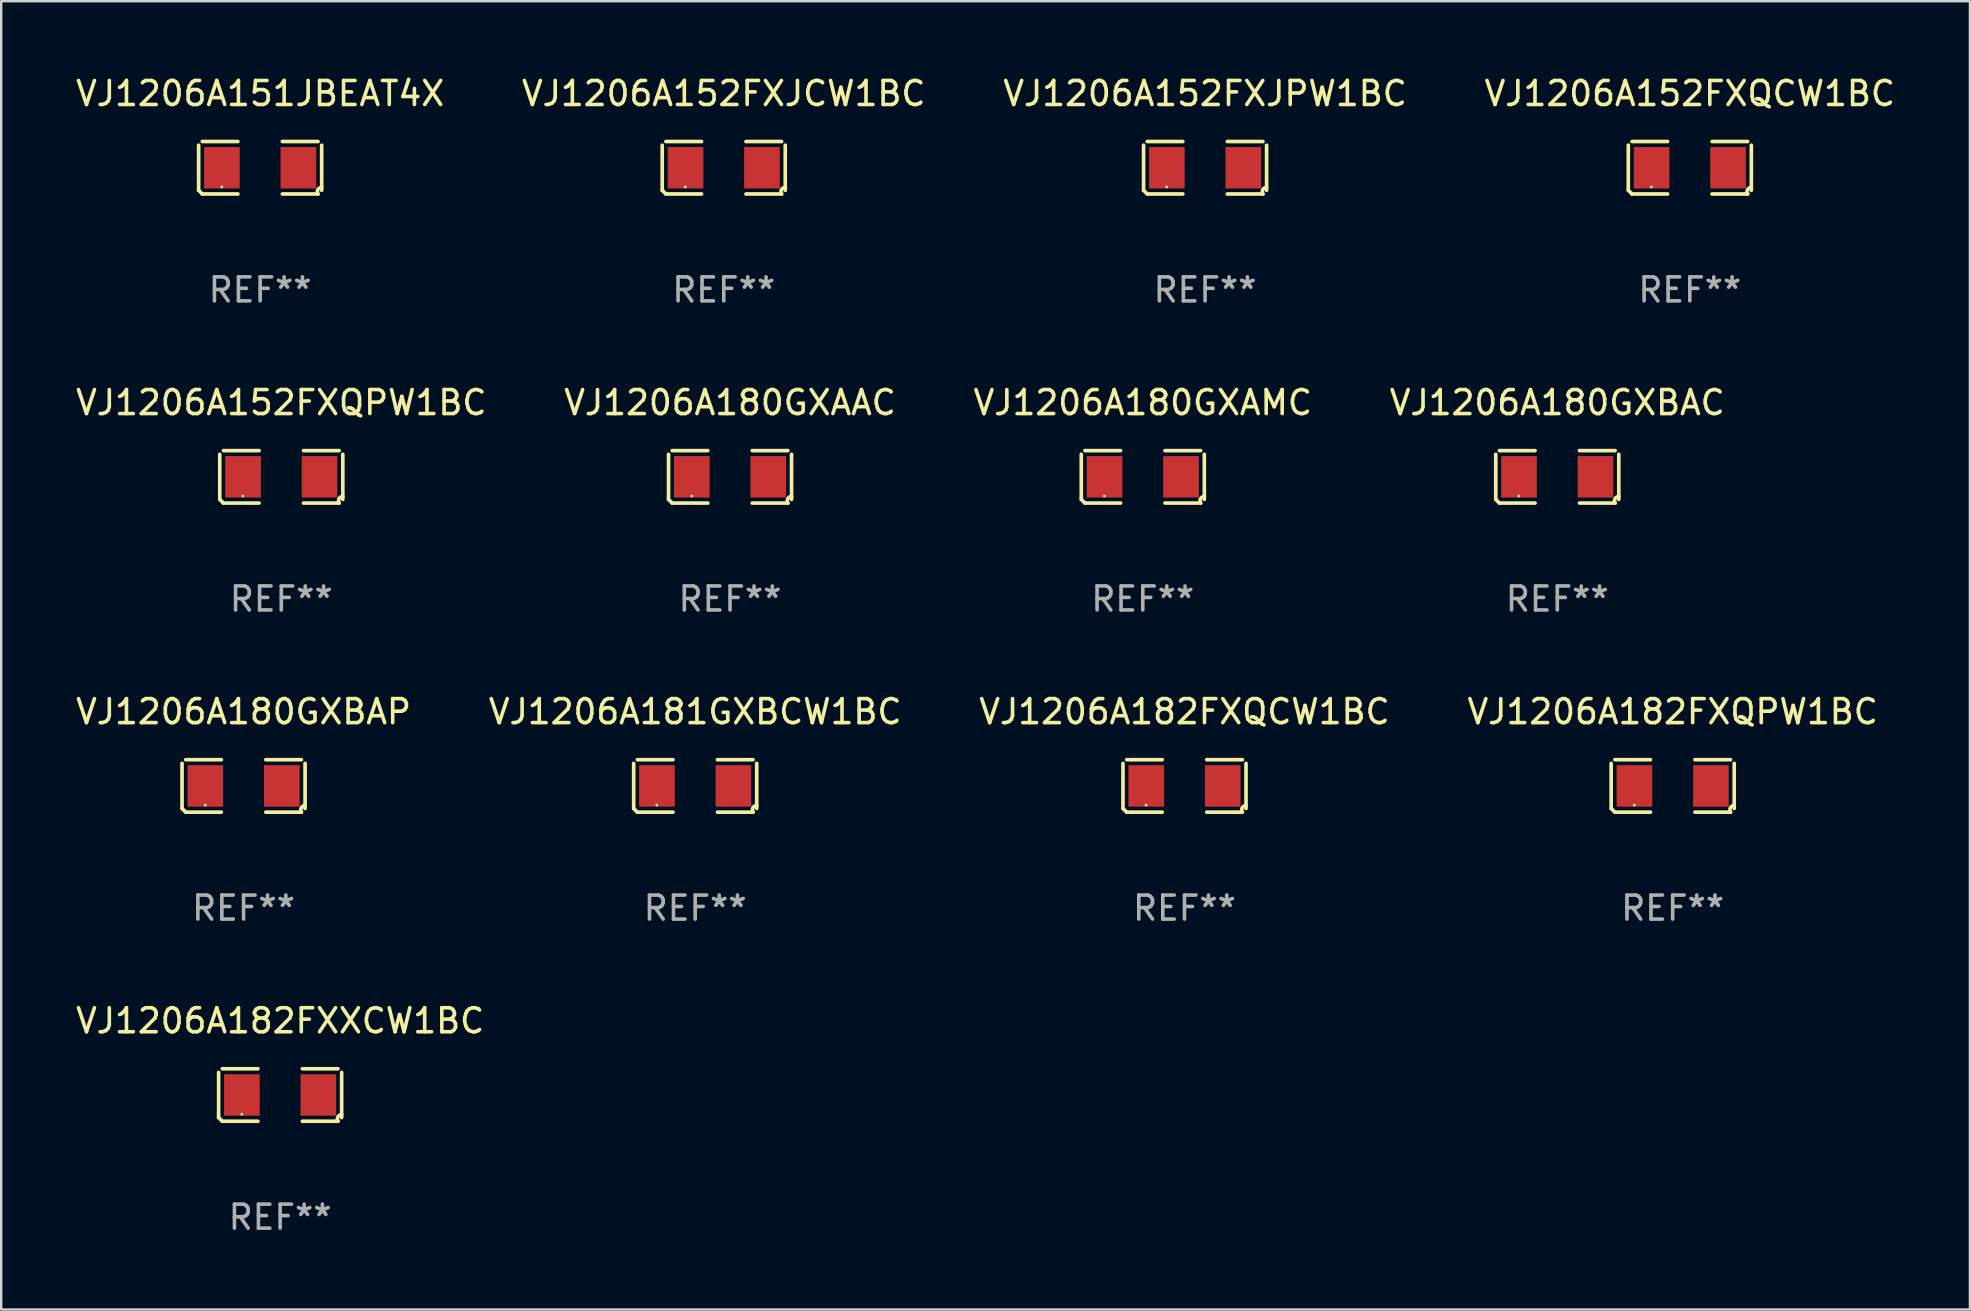
<source format=kicad_pcb>
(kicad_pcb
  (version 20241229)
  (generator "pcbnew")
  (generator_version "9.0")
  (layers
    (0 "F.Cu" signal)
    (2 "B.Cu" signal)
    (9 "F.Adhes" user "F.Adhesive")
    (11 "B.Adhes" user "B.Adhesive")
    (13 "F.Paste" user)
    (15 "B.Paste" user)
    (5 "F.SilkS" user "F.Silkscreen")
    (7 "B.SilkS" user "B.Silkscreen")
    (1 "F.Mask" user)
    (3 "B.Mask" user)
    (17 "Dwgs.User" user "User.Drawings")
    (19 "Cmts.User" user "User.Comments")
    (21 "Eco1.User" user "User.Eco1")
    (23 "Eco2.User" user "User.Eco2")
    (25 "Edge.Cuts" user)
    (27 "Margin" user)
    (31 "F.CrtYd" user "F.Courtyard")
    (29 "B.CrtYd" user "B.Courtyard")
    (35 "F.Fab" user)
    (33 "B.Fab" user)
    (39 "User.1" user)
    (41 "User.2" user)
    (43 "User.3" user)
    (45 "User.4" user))
  (footprint "VJ1206A151JBEAT4X"
    (layer "F.Cu")
    (at 7.792 3.941)
    (property "Reference" "VJ1206A151JBEAT4X" (at 0 -3.093 0) (layer "F.SilkS") (effects (font (size 1 1) (thickness 0.15))))
    (attr through_hole)
    (fp_line (start -2.564 0.94) (end -2.564 -0.94) (stroke (width 0.152) (type solid)) (layer "F.SilkS"))
    (fp_line (start -2.411 -1.093) (end -0.926 -1.093) (stroke (width 0.152) (type solid)) (layer "F.SilkS"))
    (fp_line (start -0.926 1.093) (end -2.411 1.093) (stroke (width 0.152) (type solid)) (layer "F.SilkS"))
    (fp_line (start 0.926 1.093) (end 2.411 1.093) (stroke (width 0.152) (type solid)) (layer "F.SilkS"))
    (fp_line (start 2.411 -1.093) (end 0.926 -1.093) (stroke (width 0.152) (type solid)) (layer "F.SilkS"))
    (fp_line (start 2.564 0.94) (end 2.564 -0.94) (stroke (width 0.152) (type solid)) (layer "F.SilkS"))
    (fp_arc (start -2.411201 1.092609) (mid -2.487413 1.01642) (end -2.563602 0.940208) (stroke (width 0.1524) (type solid)) (layer "F.SilkS"))
    (fp_arc (start 2.411201 1.092609) (mid 2.407159 0.911226) (end 2.563602 0.819347) (stroke (width 0.1524) (type solid)) (layer "F.SilkS"))
    (fp_circle (center -1.6 0.8) (end -1.57 0.8) (stroke (width 0.06) (type solid)) (fill no) (layer "F.SilkS"))
    (fp_text user "REF**" (at 0 5.093 0) (layer "F.Fab") (effects (font (size 1 1) (thickness 0.15))))
    (pad "1" smd rect (at -1.593 0) (size 1.485 1.728) (layers "F.Cu" "F.Mask" "F.Paste"))
    (pad "2" smd rect (at 1.593 0) (size 1.485 1.728) (layers "F.Cu" "F.Mask" "F.Paste")))
  (footprint "VJ1206A180GXAMC"
    (layer "F.Cu")
    (at 44.577 16.823)
    (property "Reference" "VJ1206A180GXAMC" (at 0 -3.093 0) (layer "F.SilkS") (effects (font (size 1 1) (thickness 0.15))))
    (attr through_hole)
    (fp_line (start -2.564 0.94) (end -2.564 -0.94) (stroke (width 0.152) (type solid)) (layer "F.SilkS"))
    (fp_line (start -2.411 -1.093) (end -0.926 -1.093) (stroke (width 0.152) (type solid)) (layer "F.SilkS"))
    (fp_line (start -0.926 1.093) (end -2.411 1.093) (stroke (width 0.152) (type solid)) (layer "F.SilkS"))
    (fp_line (start 0.926 1.093) (end 2.411 1.093) (stroke (width 0.152) (type solid)) (layer "F.SilkS"))
    (fp_line (start 2.411 -1.093) (end 0.926 -1.093) (stroke (width 0.152) (type solid)) (layer "F.SilkS"))
    (fp_line (start 2.564 0.94) (end 2.564 -0.94) (stroke (width 0.152) (type solid)) (layer "F.SilkS"))
    (fp_arc (start -2.411201 1.092609) (mid -2.487413 1.01642) (end -2.563602 0.940208) (stroke (width 0.1524) (type solid)) (layer "F.SilkS"))
    (fp_arc (start 2.411201 1.092609) (mid 2.407159 0.911226) (end 2.563602 0.819347) (stroke (width 0.1524) (type solid)) (layer "F.SilkS"))
    (fp_circle (center -1.6 0.8) (end -1.57 0.8) (stroke (width 0.06) (type solid)) (fill no) (layer "F.SilkS"))
    (fp_text user "REF**" (at 0 5.093 0) (layer "F.Fab") (effects (font (size 1 1) (thickness 0.15))))
    (pad "1" smd rect (at -1.593 0) (size 1.485 1.728) (layers "F.Cu" "F.Mask" "F.Paste"))
    (pad "2" smd rect (at 1.593 0) (size 1.485 1.728) (layers "F.Cu" "F.Mask" "F.Paste")))
  (footprint "VJ1206A182FXQPW1BC"
    (layer "F.Cu")
    (at 66.661 29.704)
    (property "Reference" "VJ1206A182FXQPW1BC" (at 0 -3.093 0) (layer "F.SilkS") (effects (font (size 1 1) (thickness 0.15))))
    (attr through_hole)
    (fp_line (start -2.564 0.94) (end -2.564 -0.94) (stroke (width 0.152) (type solid)) (layer "F.SilkS"))
    (fp_line (start -2.411 -1.093) (end -0.926 -1.093) (stroke (width 0.152) (type solid)) (layer "F.SilkS"))
    (fp_line (start -0.926 1.093) (end -2.411 1.093) (stroke (width 0.152) (type solid)) (layer "F.SilkS"))
    (fp_line (start 0.926 1.093) (end 2.411 1.093) (stroke (width 0.152) (type solid)) (layer "F.SilkS"))
    (fp_line (start 2.411 -1.093) (end 0.926 -1.093) (stroke (width 0.152) (type solid)) (layer "F.SilkS"))
    (fp_line (start 2.564 0.94) (end 2.564 -0.94) (stroke (width 0.152) (type solid)) (layer "F.SilkS"))
    (fp_arc (start -2.411201 1.092609) (mid -2.487413 1.01642) (end -2.563602 0.940208) (stroke (width 0.1524) (type solid)) (layer "F.SilkS"))
    (fp_arc (start 2.411201 1.092609) (mid 2.407159 0.911226) (end 2.563602 0.819347) (stroke (width 0.1524) (type solid)) (layer "F.SilkS"))
    (fp_circle (center -1.6 0.8) (end -1.57 0.8) (stroke (width 0.06) (type solid)) (fill no) (layer "F.SilkS"))
    (fp_text user "REF**" (at 0 5.093 0) (layer "F.Fab") (effects (font (size 1 1) (thickness 0.15))))
    (pad "1" smd rect (at -1.593 0) (size 1.485 1.728) (layers "F.Cu" "F.Mask" "F.Paste"))
    (pad "2" smd rect (at 1.593 0) (size 1.485 1.728) (layers "F.Cu" "F.Mask" "F.Paste")))
  (footprint "VJ1206A152FXJPW1BC"
    (layer "F.Cu")
    (at 47.173 3.941)
    (property "Reference" "VJ1206A152FXJPW1BC" (at 0 -3.093 0) (layer "F.SilkS") (effects (font (size 1 1) (thickness 0.15))))
    (attr through_hole)
    (fp_line (start -2.564 0.94) (end -2.564 -0.94) (stroke (width 0.152) (type solid)) (layer "F.SilkS"))
    (fp_line (start -2.411 -1.093) (end -0.926 -1.093) (stroke (width 0.152) (type solid)) (layer "F.SilkS"))
    (fp_line (start -0.926 1.093) (end -2.411 1.093) (stroke (width 0.152) (type solid)) (layer "F.SilkS"))
    (fp_line (start 0.926 1.093) (end 2.411 1.093) (stroke (width 0.152) (type solid)) (layer "F.SilkS"))
    (fp_line (start 2.411 -1.093) (end 0.926 -1.093) (stroke (width 0.152) (type solid)) (layer "F.SilkS"))
    (fp_line (start 2.564 0.94) (end 2.564 -0.94) (stroke (width 0.152) (type solid)) (layer "F.SilkS"))
    (fp_arc (start -2.411201 1.092609) (mid -2.487413 1.01642) (end -2.563602 0.940208) (stroke (width 0.1524) (type solid)) (layer "F.SilkS"))
    (fp_arc (start 2.411201 1.092609) (mid 2.407159 0.911226) (end 2.563602 0.819347) (stroke (width 0.1524) (type solid)) (layer "F.SilkS"))
    (fp_circle (center -1.6 0.8) (end -1.57 0.8) (stroke (width 0.06) (type solid)) (fill no) (layer "F.SilkS"))
    (fp_text user "REF**" (at 0 5.093 0) (layer "F.Fab") (effects (font (size 1 1) (thickness 0.15))))
    (pad "1" smd rect (at -1.593 0) (size 1.485 1.728) (layers "F.Cu" "F.Mask" "F.Paste"))
    (pad "2" smd rect (at 1.593 0) (size 1.485 1.728) (layers "F.Cu" "F.Mask" "F.Paste")))
  (footprint "VJ1206A182FXXCW1BC"
    (layer "F.Cu")
    (at 8.625 42.586)
    (property "Reference" "VJ1206A182FXXCW1BC" (at 0 -3.093 0) (layer "F.SilkS") (effects (font (size 1 1) (thickness 0.15))))
    (attr through_hole)
    (fp_line (start -2.564 0.94) (end -2.564 -0.94) (stroke (width 0.152) (type solid)) (layer "F.SilkS"))
    (fp_line (start -2.411 -1.093) (end -0.926 -1.093) (stroke (width 0.152) (type solid)) (layer "F.SilkS"))
    (fp_line (start -0.926 1.093) (end -2.411 1.093) (stroke (width 0.152) (type solid)) (layer "F.SilkS"))
    (fp_line (start 0.926 1.093) (end 2.411 1.093) (stroke (width 0.152) (type solid)) (layer "F.SilkS"))
    (fp_line (start 2.411 -1.093) (end 0.926 -1.093) (stroke (width 0.152) (type solid)) (layer "F.SilkS"))
    (fp_line (start 2.564 0.94) (end 2.564 -0.94) (stroke (width 0.152) (type solid)) (layer "F.SilkS"))
    (fp_arc (start -2.411201 1.092609) (mid -2.487413 1.01642) (end -2.563602 0.940208) (stroke (width 0.1524) (type solid)) (layer "F.SilkS"))
    (fp_arc (start 2.411201 1.092609) (mid 2.407159 0.911226) (end 2.563602 0.819347) (stroke (width 0.1524) (type solid)) (layer "F.SilkS"))
    (fp_circle (center -1.6 0.8) (end -1.57 0.8) (stroke (width 0.06) (type solid)) (fill no) (layer "F.SilkS"))
    (fp_text user "REF**" (at 0 5.093 0) (layer "F.Fab") (effects (font (size 1 1) (thickness 0.15))))
    (pad "1" smd rect (at -1.593 0) (size 1.485 1.728) (layers "F.Cu" "F.Mask" "F.Paste"))
    (pad "2" smd rect (at 1.593 0) (size 1.485 1.728) (layers "F.Cu" "F.Mask" "F.Paste")))
  (footprint "VJ1206A152FXQCW1BC"
    (layer "F.Cu")
    (at 67.375 3.941)
    (property "Reference" "VJ1206A152FXQCW1BC" (at 0 -3.093 0) (layer "F.SilkS") (effects (font (size 1 1) (thickness 0.15))))
    (attr through_hole)
    (fp_line (start -2.564 0.94) (end -2.564 -0.94) (stroke (width 0.152) (type solid)) (layer "F.SilkS"))
    (fp_line (start -2.411 -1.093) (end -0.926 -1.093) (stroke (width 0.152) (type solid)) (layer "F.SilkS"))
    (fp_line (start -0.926 1.093) (end -2.411 1.093) (stroke (width 0.152) (type solid)) (layer "F.SilkS"))
    (fp_line (start 0.926 1.093) (end 2.411 1.093) (stroke (width 0.152) (type solid)) (layer "F.SilkS"))
    (fp_line (start 2.411 -1.093) (end 0.926 -1.093) (stroke (width 0.152) (type solid)) (layer "F.SilkS"))
    (fp_line (start 2.564 0.94) (end 2.564 -0.94) (stroke (width 0.152) (type solid)) (layer "F.SilkS"))
    (fp_arc (start -2.411201 1.092609) (mid -2.487413 1.01642) (end -2.563602 0.940208) (stroke (width 0.1524) (type solid)) (layer "F.SilkS"))
    (fp_arc (start 2.411201 1.092609) (mid 2.407159 0.911226) (end 2.563602 0.819347) (stroke (width 0.1524) (type solid)) (layer "F.SilkS"))
    (fp_circle (center -1.6 0.8) (end -1.57 0.8) (stroke (width 0.06) (type solid)) (fill no) (layer "F.SilkS"))
    (fp_text user "REF**" (at 0 5.093 0) (layer "F.Fab") (effects (font (size 1 1) (thickness 0.15))))
    (pad "1" smd rect (at -1.593 0) (size 1.485 1.728) (layers "F.Cu" "F.Mask" "F.Paste"))
    (pad "2" smd rect (at 1.593 0) (size 1.485 1.728) (layers "F.Cu" "F.Mask" "F.Paste")))
  (footprint "VJ1206A180GXBAC"
    (layer "F.Cu")
    (at 61.851 16.823)
    (property "Reference" "VJ1206A180GXBAC" (at 0 -3.093 0) (layer "F.SilkS") (effects (font (size 1 1) (thickness 0.15))))
    (attr through_hole)
    (fp_line (start -2.564 0.94) (end -2.564 -0.94) (stroke (width 0.152) (type solid)) (layer "F.SilkS"))
    (fp_line (start -2.411 -1.093) (end -0.926 -1.093) (stroke (width 0.152) (type solid)) (layer "F.SilkS"))
    (fp_line (start -0.926 1.093) (end -2.411 1.093) (stroke (width 0.152) (type solid)) (layer "F.SilkS"))
    (fp_line (start 0.926 1.093) (end 2.411 1.093) (stroke (width 0.152) (type solid)) (layer "F.SilkS"))
    (fp_line (start 2.411 -1.093) (end 0.926 -1.093) (stroke (width 0.152) (type solid)) (layer "F.SilkS"))
    (fp_line (start 2.564 0.94) (end 2.564 -0.94) (stroke (width 0.152) (type solid)) (layer "F.SilkS"))
    (fp_arc (start -2.411201 1.092609) (mid -2.487413 1.01642) (end -2.563602 0.940208) (stroke (width 0.1524) (type solid)) (layer "F.SilkS"))
    (fp_arc (start 2.411201 1.092609) (mid 2.407159 0.911226) (end 2.563602 0.819347) (stroke (width 0.1524) (type solid)) (layer "F.SilkS"))
    (fp_circle (center -1.6 0.8) (end -1.57 0.8) (stroke (width 0.06) (type solid)) (fill no) (layer "F.SilkS"))
    (fp_text user "REF**" (at 0 5.093 0) (layer "F.Fab") (effects (font (size 1 1) (thickness 0.15))))
    (pad "1" smd rect (at -1.593 0) (size 1.485 1.728) (layers "F.Cu" "F.Mask" "F.Paste"))
    (pad "2" smd rect (at 1.593 0) (size 1.485 1.728) (layers "F.Cu" "F.Mask" "F.Paste")))
  (footprint "VJ1206A180GXBAP"
    (layer "F.Cu")
    (at 7.101 29.704)
    (property "Reference" "VJ1206A180GXBAP" (at 0 -3.093 0) (layer "F.SilkS") (effects (font (size 1 1) (thickness 0.15))))
    (attr through_hole)
    (fp_line (start -2.564 0.94) (end -2.564 -0.94) (stroke (width 0.152) (type solid)) (layer "F.SilkS"))
    (fp_line (start -2.411 -1.093) (end -0.926 -1.093) (stroke (width 0.152) (type solid)) (layer "F.SilkS"))
    (fp_line (start -0.926 1.093) (end -2.411 1.093) (stroke (width 0.152) (type solid)) (layer "F.SilkS"))
    (fp_line (start 0.926 1.093) (end 2.411 1.093) (stroke (width 0.152) (type solid)) (layer "F.SilkS"))
    (fp_line (start 2.411 -1.093) (end 0.926 -1.093) (stroke (width 0.152) (type solid)) (layer "F.SilkS"))
    (fp_line (start 2.564 0.94) (end 2.564 -0.94) (stroke (width 0.152) (type solid)) (layer "F.SilkS"))
    (fp_arc (start -2.411201 1.092609) (mid -2.487413 1.01642) (end -2.563602 0.940208) (stroke (width 0.1524) (type solid)) (layer "F.SilkS"))
    (fp_arc (start 2.411201 1.092609) (mid 2.407159 0.911226) (end 2.563602 0.819347) (stroke (width 0.1524) (type solid)) (layer "F.SilkS"))
    (fp_circle (center -1.6 0.8) (end -1.57 0.8) (stroke (width 0.06) (type solid)) (fill no) (layer "F.SilkS"))
    (fp_text user "REF**" (at 0 5.093 0) (layer "F.Fab") (effects (font (size 1 1) (thickness 0.15))))
    (pad "1" smd rect (at -1.593 0) (size 1.485 1.728) (layers "F.Cu" "F.Mask" "F.Paste"))
    (pad "2" smd rect (at 1.593 0) (size 1.485 1.728) (layers "F.Cu" "F.Mask" "F.Paste")))
  (footprint "VJ1206A181GXBCW1BC"
    (layer "F.Cu")
    (at 25.923 29.704)
    (property "Reference" "VJ1206A181GXBCW1BC" (at 0 -3.093 0) (layer "F.SilkS") (effects (font (size 1 1) (thickness 0.15))))
    (attr through_hole)
    (fp_line (start -2.564 0.94) (end -2.564 -0.94) (stroke (width 0.152) (type solid)) (layer "F.SilkS"))
    (fp_line (start -2.411 -1.093) (end -0.926 -1.093) (stroke (width 0.152) (type solid)) (layer "F.SilkS"))
    (fp_line (start -0.926 1.093) (end -2.411 1.093) (stroke (width 0.152) (type solid)) (layer "F.SilkS"))
    (fp_line (start 0.926 1.093) (end 2.411 1.093) (stroke (width 0.152) (type solid)) (layer "F.SilkS"))
    (fp_line (start 2.411 -1.093) (end 0.926 -1.093) (stroke (width 0.152) (type solid)) (layer "F.SilkS"))
    (fp_line (start 2.564 0.94) (end 2.564 -0.94) (stroke (width 0.152) (type solid)) (layer "F.SilkS"))
    (fp_arc (start -2.411201 1.092609) (mid -2.487413 1.01642) (end -2.563602 0.940208) (stroke (width 0.1524) (type solid)) (layer "F.SilkS"))
    (fp_arc (start 2.411201 1.092609) (mid 2.407159 0.911226) (end 2.563602 0.819347) (stroke (width 0.1524) (type solid)) (layer "F.SilkS"))
    (fp_circle (center -1.6 0.8) (end -1.57 0.8) (stroke (width 0.06) (type solid)) (fill no) (layer "F.SilkS"))
    (fp_text user "REF**" (at 0 5.093 0) (layer "F.Fab") (effects (font (size 1 1) (thickness 0.15))))
    (pad "1" smd rect (at -1.593 0) (size 1.485 1.728) (layers "F.Cu" "F.Mask" "F.Paste"))
    (pad "2" smd rect (at 1.593 0) (size 1.485 1.728) (layers "F.Cu" "F.Mask" "F.Paste")))
  (footprint "VJ1206A152FXQPW1BC"
    (layer "F.Cu")
    (at 8.673 16.823)
    (property "Reference" "VJ1206A152FXQPW1BC" (at 0 -3.093 0) (layer "F.SilkS") (effects (font (size 1 1) (thickness 0.15))))
    (attr through_hole)
    (fp_line (start -2.564 0.94) (end -2.564 -0.94) (stroke (width 0.152) (type solid)) (layer "F.SilkS"))
    (fp_line (start -2.411 -1.093) (end -0.926 -1.093) (stroke (width 0.152) (type solid)) (layer "F.SilkS"))
    (fp_line (start -0.926 1.093) (end -2.411 1.093) (stroke (width 0.152) (type solid)) (layer "F.SilkS"))
    (fp_line (start 0.926 1.093) (end 2.411 1.093) (stroke (width 0.152) (type solid)) (layer "F.SilkS"))
    (fp_line (start 2.411 -1.093) (end 0.926 -1.093) (stroke (width 0.152) (type solid)) (layer "F.SilkS"))
    (fp_line (start 2.564 0.94) (end 2.564 -0.94) (stroke (width 0.152) (type solid)) (layer "F.SilkS"))
    (fp_arc (start -2.411201 1.092609) (mid -2.487413 1.01642) (end -2.563602 0.940208) (stroke (width 0.1524) (type solid)) (layer "F.SilkS"))
    (fp_arc (start 2.411201 1.092609) (mid 2.407159 0.911226) (end 2.563602 0.819347) (stroke (width 0.1524) (type solid)) (layer "F.SilkS"))
    (fp_circle (center -1.6 0.8) (end -1.57 0.8) (stroke (width 0.06) (type solid)) (fill no) (layer "F.SilkS"))
    (fp_text user "REF**" (at 0 5.093 0) (layer "F.Fab") (effects (font (size 1 1) (thickness 0.15))))
    (pad "1" smd rect (at -1.593 0) (size 1.485 1.728) (layers "F.Cu" "F.Mask" "F.Paste"))
    (pad "2" smd rect (at 1.593 0) (size 1.485 1.728) (layers "F.Cu" "F.Mask" "F.Paste")))
  (footprint "VJ1206A152FXJCW1BC"
    (layer "F.Cu")
    (at 27.113 3.941)
    (property "Reference" "VJ1206A152FXJCW1BC" (at 0 -3.093 0) (layer "F.SilkS") (effects (font (size 1 1) (thickness 0.15))))
    (attr through_hole)
    (fp_line (start -2.564 0.94) (end -2.564 -0.94) (stroke (width 0.152) (type solid)) (layer "F.SilkS"))
    (fp_line (start -2.411 -1.093) (end -0.926 -1.093) (stroke (width 0.152) (type solid)) (layer "F.SilkS"))
    (fp_line (start -0.926 1.093) (end -2.411 1.093) (stroke (width 0.152) (type solid)) (layer "F.SilkS"))
    (fp_line (start 0.926 1.093) (end 2.411 1.093) (stroke (width 0.152) (type solid)) (layer "F.SilkS"))
    (fp_line (start 2.411 -1.093) (end 0.926 -1.093) (stroke (width 0.152) (type solid)) (layer "F.SilkS"))
    (fp_line (start 2.564 0.94) (end 2.564 -0.94) (stroke (width 0.152) (type solid)) (layer "F.SilkS"))
    (fp_arc (start -2.411201 1.092609) (mid -2.487413 1.01642) (end -2.563602 0.940208) (stroke (width 0.1524) (type solid)) (layer "F.SilkS"))
    (fp_arc (start 2.411201 1.092609) (mid 2.407159 0.911226) (end 2.563602 0.819347) (stroke (width 0.1524) (type solid)) (layer "F.SilkS"))
    (fp_circle (center -1.6 0.8) (end -1.57 0.8) (stroke (width 0.06) (type solid)) (fill no) (layer "F.SilkS"))
    (fp_text user "REF**" (at 0 5.093 0) (layer "F.Fab") (effects (font (size 1 1) (thickness 0.15))))
    (pad "1" smd rect (at -1.593 0) (size 1.485 1.728) (layers "F.Cu" "F.Mask" "F.Paste"))
    (pad "2" smd rect (at 1.593 0) (size 1.485 1.728) (layers "F.Cu" "F.Mask" "F.Paste")))
  (footprint "VJ1206A180GXAAC"
    (layer "F.Cu")
    (at 27.375 16.823)
    (property "Reference" "VJ1206A180GXAAC" (at 0 -3.093 0) (layer "F.SilkS") (effects (font (size 1 1) (thickness 0.15))))
    (attr through_hole)
    (fp_line (start -2.564 0.94) (end -2.564 -0.94) (stroke (width 0.152) (type solid)) (layer "F.SilkS"))
    (fp_line (start -2.411 -1.093) (end -0.926 -1.093) (stroke (width 0.152) (type solid)) (layer "F.SilkS"))
    (fp_line (start -0.926 1.093) (end -2.411 1.093) (stroke (width 0.152) (type solid)) (layer "F.SilkS"))
    (fp_line (start 0.926 1.093) (end 2.411 1.093) (stroke (width 0.152) (type solid)) (layer "F.SilkS"))
    (fp_line (start 2.411 -1.093) (end 0.926 -1.093) (stroke (width 0.152) (type solid)) (layer "F.SilkS"))
    (fp_line (start 2.564 0.94) (end 2.564 -0.94) (stroke (width 0.152) (type solid)) (layer "F.SilkS"))
    (fp_arc (start -2.411201 1.092609) (mid -2.487413 1.01642) (end -2.563602 0.940208) (stroke (width 0.1524) (type solid)) (layer "F.SilkS"))
    (fp_arc (start 2.411201 1.092609) (mid 2.407159 0.911226) (end 2.563602 0.819347) (stroke (width 0.1524) (type solid)) (layer "F.SilkS"))
    (fp_circle (center -1.6 0.8) (end -1.57 0.8) (stroke (width 0.06) (type solid)) (fill no) (layer "F.SilkS"))
    (fp_text user "REF**" (at 0 5.093 0) (layer "F.Fab") (effects (font (size 1 1) (thickness 0.15))))
    (pad "1" smd rect (at -1.593 0) (size 1.485 1.728) (layers "F.Cu" "F.Mask" "F.Paste"))
    (pad "2" smd rect (at 1.593 0) (size 1.485 1.728) (layers "F.Cu" "F.Mask" "F.Paste")))
  (footprint "VJ1206A182FXQCW1BC"
    (layer "F.Cu")
    (at 46.315 29.704)
    (property "Reference" "VJ1206A182FXQCW1BC" (at 0 -3.093 0) (layer "F.SilkS") (effects (font (size 1 1) (thickness 0.15))))
    (attr through_hole)
    (fp_line (start -2.564 0.94) (end -2.564 -0.94) (stroke (width 0.152) (type solid)) (layer "F.SilkS"))
    (fp_line (start -2.411 -1.093) (end -0.926 -1.093) (stroke (width 0.152) (type solid)) (layer "F.SilkS"))
    (fp_line (start -0.926 1.093) (end -2.411 1.093) (stroke (width 0.152) (type solid)) (layer "F.SilkS"))
    (fp_line (start 0.926 1.093) (end 2.411 1.093) (stroke (width 0.152) (type solid)) (layer "F.SilkS"))
    (fp_line (start 2.411 -1.093) (end 0.926 -1.093) (stroke (width 0.152) (type solid)) (layer "F.SilkS"))
    (fp_line (start 2.564 0.94) (end 2.564 -0.94) (stroke (width 0.152) (type solid)) (layer "F.SilkS"))
    (fp_arc (start -2.411201 1.092609) (mid -2.487413 1.01642) (end -2.563602 0.940208) (stroke (width 0.1524) (type solid)) (layer "F.SilkS"))
    (fp_arc (start 2.411201 1.092609) (mid 2.407159 0.911226) (end 2.563602 0.819347) (stroke (width 0.1524) (type solid)) (layer "F.SilkS"))
    (fp_circle (center -1.6 0.8) (end -1.57 0.8) (stroke (width 0.06) (type solid)) (fill no) (layer "F.SilkS"))
    (fp_text user "REF**" (at 0 5.093 0) (layer "F.Fab") (effects (font (size 1 1) (thickness 0.15))))
    (pad "1" smd rect (at -1.593 0) (size 1.485 1.728) (layers "F.Cu" "F.Mask" "F.Paste"))
    (pad "2" smd rect (at 1.593 0) (size 1.485 1.728) (layers "F.Cu" "F.Mask" "F.Paste")))
  (gr_rect
    (start -3 -3)
    (end 79.048 51.527)
    (stroke (width 0.1) (type default))
    (fill no)
    (layer "Edge.Cuts")))
</source>
